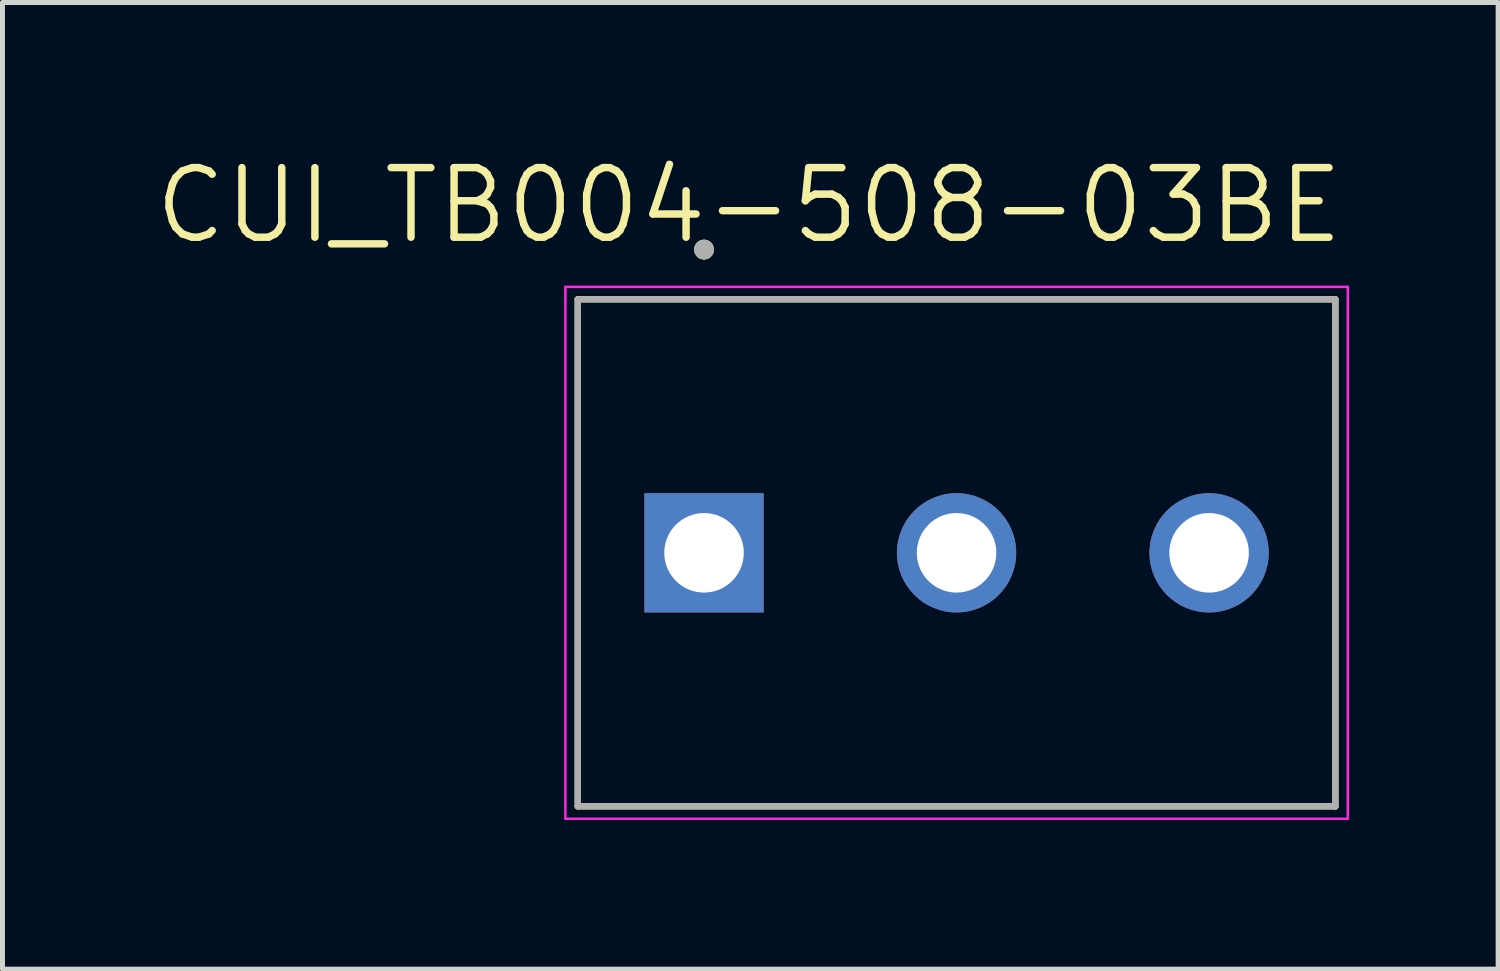
<source format=kicad_pcb>
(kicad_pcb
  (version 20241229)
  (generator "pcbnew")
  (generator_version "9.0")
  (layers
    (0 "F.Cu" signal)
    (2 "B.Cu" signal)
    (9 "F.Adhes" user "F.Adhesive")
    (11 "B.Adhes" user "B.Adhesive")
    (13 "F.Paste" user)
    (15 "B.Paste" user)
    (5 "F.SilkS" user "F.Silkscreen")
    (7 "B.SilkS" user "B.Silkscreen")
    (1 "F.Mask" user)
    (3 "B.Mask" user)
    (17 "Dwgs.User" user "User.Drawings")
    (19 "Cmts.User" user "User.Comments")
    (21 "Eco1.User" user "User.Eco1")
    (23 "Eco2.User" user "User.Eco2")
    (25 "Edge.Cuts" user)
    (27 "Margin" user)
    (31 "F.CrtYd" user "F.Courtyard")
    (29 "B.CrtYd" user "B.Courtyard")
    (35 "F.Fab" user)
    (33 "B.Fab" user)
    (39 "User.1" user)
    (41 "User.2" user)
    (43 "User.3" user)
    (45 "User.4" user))
  (footprint "CUI_TB004-508-03BE"
    (layer "F.Cu")
    (at 11.113 8.071)
    (property "Reference" "CUI_TB004-508-03BE" (at 0.905 -6.989 0) (layer "F.SilkS") (effects (font (size 1.4 1.4) (thickness 0.15))))
    (attr through_hole)
    (fp_line (start -2.54 -5.1) (end 12.7 -5.1) (stroke (width 0.127) (type solid)) (layer "F.SilkS"))
    (fp_line (start -2.54 5.1) (end -2.54 -5.1) (stroke (width 0.127) (type solid)) (layer "F.SilkS"))
    (fp_line (start 12.7 -5.1) (end 12.7 5.1) (stroke (width 0.127) (type solid)) (layer "F.SilkS"))
    (fp_line (start 12.7 5.1) (end -2.54 5.1) (stroke (width 0.127) (type solid)) (layer "F.SilkS"))
    (fp_circle (center 0 -6.1) (end 0.1 -6.1) (stroke (width 0.2) (type solid)) (fill no) (layer "F.SilkS"))
    (fp_line (start -2.79 -5.35) (end 12.95 -5.35) (stroke (width 0.05) (type solid)) (layer "F.CrtYd"))
    (fp_line (start -2.79 5.35) (end -2.79 -5.35) (stroke (width 0.05) (type solid)) (layer "F.CrtYd"))
    (fp_line (start 12.95 -5.35) (end 12.95 5.35) (stroke (width 0.05) (type solid)) (layer "F.CrtYd"))
    (fp_line (start 12.95 5.35) (end -2.79 5.35) (stroke (width 0.05) (type solid)) (layer "F.CrtYd"))
    (fp_line (start -2.54 -5.1) (end 12.7 -5.1) (stroke (width 0.127) (type solid)) (layer "F.Fab"))
    (fp_line (start -2.54 5.1) (end -2.54 -5.1) (stroke (width 0.127) (type solid)) (layer "F.Fab"))
    (fp_line (start 12.7 -5.1) (end 12.7 5.1) (stroke (width 0.127) (type solid)) (layer "F.Fab"))
    (fp_line (start 12.7 5.1) (end -2.54 5.1) (stroke (width 0.127) (type solid)) (layer "F.Fab"))
    (fp_circle (center 0 -6.1) (end 0.1 -6.1) (stroke (width 0.2) (type solid)) (fill no) (layer "F.Fab"))
    (pad "1" thru_hole rect (at 0 0) (size 2.4 2.4) (drill 1.6) (layers "*.Cu" "*.Mask"))
    (pad "2" thru_hole circle (at 5.08 0) (size 2.4 2.4) (drill 1.6) (layers "*.Cu" "*.Mask"))
    (pad "3" thru_hole circle (at 10.16 0) (size 2.4 2.4) (drill 1.6) (layers "*.Cu" "*.Mask")))
  (gr_rect
    (start -3 -3)
    (end 27.088 16.446)
    (stroke (width 0.1) (type default))
    (fill no)
    (layer "Edge.Cuts")))
</source>
